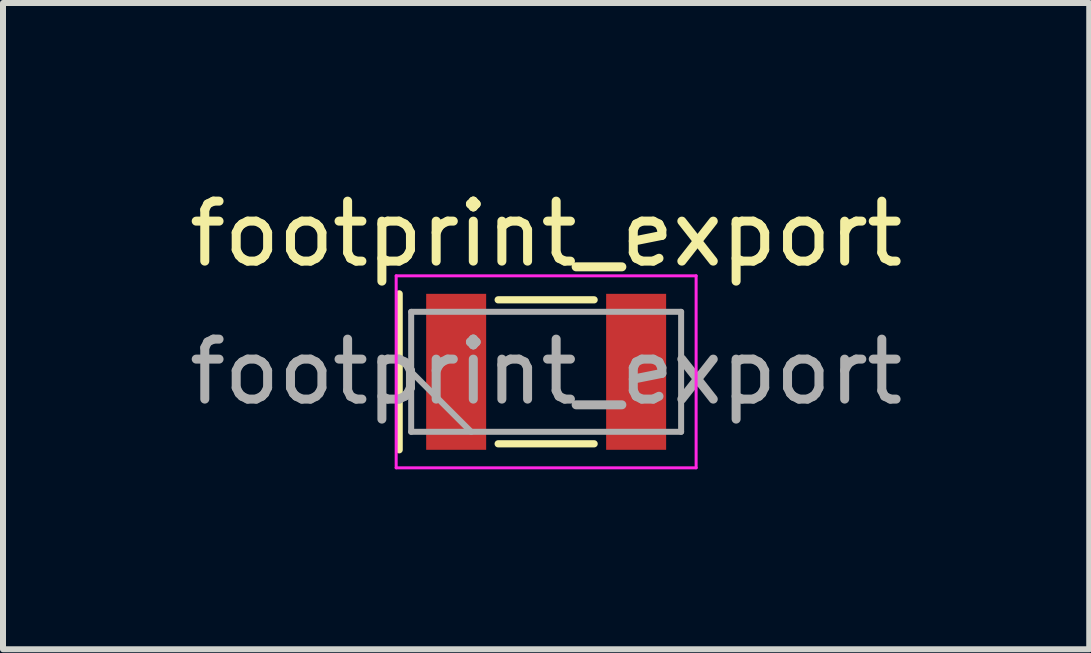
<source format=kicad_pcb>
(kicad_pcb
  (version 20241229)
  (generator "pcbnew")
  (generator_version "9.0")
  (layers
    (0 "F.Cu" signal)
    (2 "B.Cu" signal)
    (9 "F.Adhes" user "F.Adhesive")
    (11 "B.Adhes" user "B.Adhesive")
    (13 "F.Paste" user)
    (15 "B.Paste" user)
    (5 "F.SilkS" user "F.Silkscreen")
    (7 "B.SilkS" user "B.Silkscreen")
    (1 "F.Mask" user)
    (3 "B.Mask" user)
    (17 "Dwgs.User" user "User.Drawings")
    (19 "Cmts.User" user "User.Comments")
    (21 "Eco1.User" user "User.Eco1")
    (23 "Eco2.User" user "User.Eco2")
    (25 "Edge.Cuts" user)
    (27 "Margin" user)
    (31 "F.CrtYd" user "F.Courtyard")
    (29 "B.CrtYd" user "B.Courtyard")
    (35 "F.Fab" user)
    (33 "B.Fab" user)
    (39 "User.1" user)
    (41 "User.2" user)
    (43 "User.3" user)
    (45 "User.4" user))
  (footprint "footprint_export"
    (layer "F.Cu")
    (at 6.054 3.148)
    (property "Reference" "footprint_export" (at 0 -2.3 0) (layer "F.SilkS") (effects (font (size 1 1) (thickness 0.15))))
    (attr smd)
    (fp_line (start -2.45 -1.3) (end -2.45 1.3) (stroke (width 0.12) (type solid)) (layer "F.SilkS"))
    (fp_line (start -0.8 -1.2) (end 0.8 -1.2) (stroke (width 0.12) (type solid)) (layer "F.SilkS"))
    (fp_line (start -0.8 1.2) (end 0.8 1.2) (stroke (width 0.12) (type solid)) (layer "F.SilkS"))
    (fp_line (start -2.5 -1.6) (end -2.5 1.6) (stroke (width 0.05) (type solid)) (layer "F.CrtYd"))
    (fp_line (start -2.5 1.6) (end 2.5 1.6) (stroke (width 0.05) (type solid)) (layer "F.CrtYd"))
    (fp_line (start 2.5 -1.6) (end -2.5 -1.6) (stroke (width 0.05) (type solid)) (layer "F.CrtYd"))
    (fp_line (start 2.5 1.6) (end 2.5 -1.6) (stroke (width 0.05) (type solid)) (layer "F.CrtYd"))
    (fp_line (start -2.25 -1) (end -2.25 1) (stroke (width 0.1) (type solid)) (layer "F.Fab"))
    (fp_line (start -2.25 0) (end -1.25 1) (stroke (width 0.1) (type solid)) (layer "F.Fab"))
    (fp_line (start -2.25 1) (end 2.25 1) (stroke (width 0.1) (type solid)) (layer "F.Fab"))
    (fp_line (start 2.25 -1) (end -2.25 -1) (stroke (width 0.1) (type solid)) (layer "F.Fab"))
    (fp_line (start 2.25 1) (end 2.25 -1) (stroke (width 0.1) (type solid)) (layer "F.Fab"))
    (fp_text user "${REFERENCE}" (at 0 0 0) (layer "F.Fab") (effects (font (size 1 1) (thickness 0.15))))
    (pad "1" smd rect (at -1.5 0) (size 1 2.6) (layers "F.Cu" "F.Mask" "F.Paste"))
    (pad "2" smd rect (at 1.5 0) (size 1 2.6) (layers "F.Cu" "F.Mask" "F.Paste")))
  (gr_rect
    (start -3 -3)
    (end 15.107 7.773)
    (stroke (width 0.1) (type default))
    (fill no)
    (layer "Edge.Cuts")))
</source>
